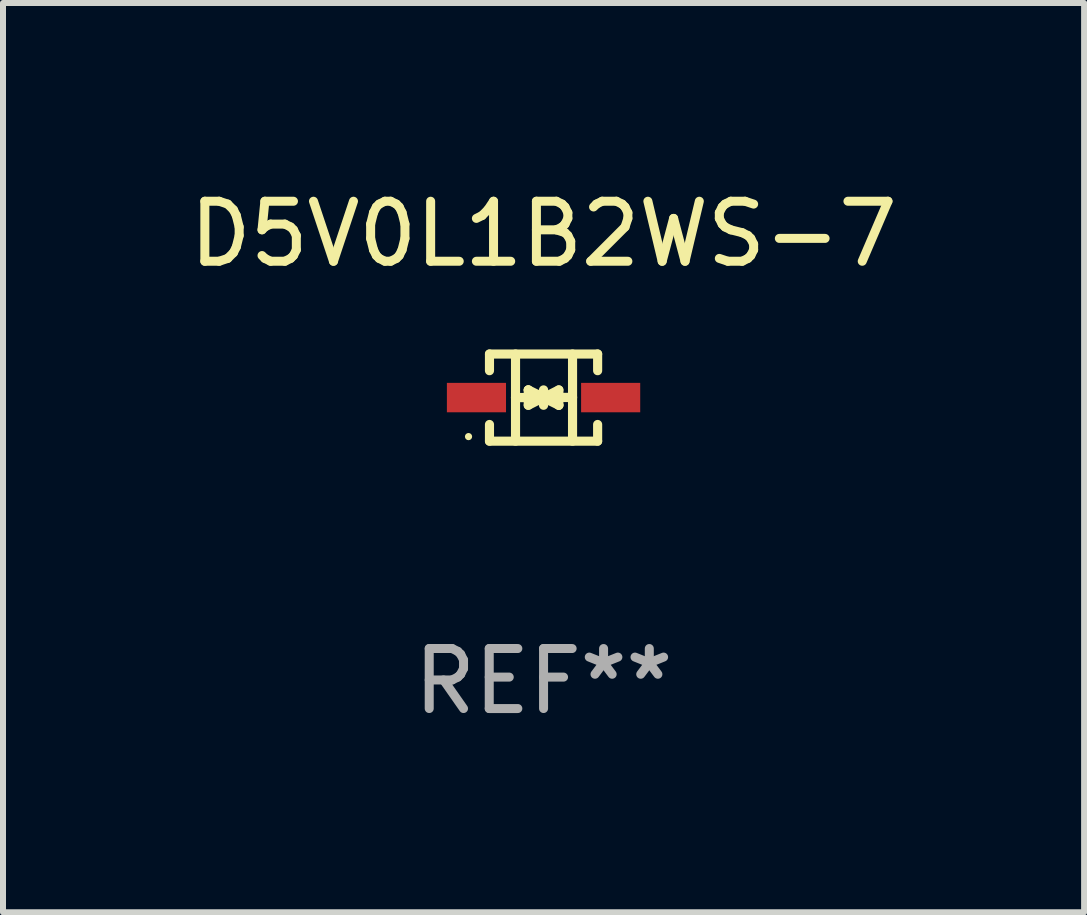
<source format=kicad_pcb>
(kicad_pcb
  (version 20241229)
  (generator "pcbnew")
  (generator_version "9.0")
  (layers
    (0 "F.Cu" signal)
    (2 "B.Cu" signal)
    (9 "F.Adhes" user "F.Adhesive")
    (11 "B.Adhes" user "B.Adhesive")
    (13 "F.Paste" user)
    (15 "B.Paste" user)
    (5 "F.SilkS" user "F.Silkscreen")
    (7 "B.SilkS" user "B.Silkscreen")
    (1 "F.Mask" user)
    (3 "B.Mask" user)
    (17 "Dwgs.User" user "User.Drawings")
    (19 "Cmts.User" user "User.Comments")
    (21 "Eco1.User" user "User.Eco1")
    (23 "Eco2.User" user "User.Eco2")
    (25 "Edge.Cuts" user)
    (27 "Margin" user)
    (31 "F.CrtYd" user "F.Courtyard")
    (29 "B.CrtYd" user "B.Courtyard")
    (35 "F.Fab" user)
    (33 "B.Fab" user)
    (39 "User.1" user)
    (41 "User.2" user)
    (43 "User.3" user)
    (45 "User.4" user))
  (footprint "D5V0L1B2WS-7"
    (layer "F.Cu")
    (at 6.006 3.574)
    (property "Reference" "D5V0L1B2WS-7" (at 0 -2.726 0) (layer "F.SilkS") (effects (font (size 1 1) (thickness 0.15))))
    (attr through_hole)
    (fp_line (start -0.901 -0.726) (end -0.901 -0.448) (stroke (width 0.152) (type solid)) (layer "F.SilkS"))
    (fp_line (start -0.901 0.726) (end -0.901 0.448) (stroke (width 0.152) (type solid)) (layer "F.SilkS"))
    (fp_line (start -0.467 0) (end 0.483 -0.003) (stroke (width 0.154) (type solid)) (layer "F.SilkS"))
    (fp_line (start -0.467 0.726) (end -0.467 -0.726) (stroke (width 0.152) (type solid)) (layer "F.SilkS"))
    (fp_line (start -0.254 -0.127) (end -0.254 -0.127) (stroke (width 0.154) (type solid)) (layer "F.SilkS"))
    (fp_line (start -0.254 -0.127) (end -0.002 -0.003) (stroke (width 0.154) (type solid)) (layer "F.SilkS"))
    (fp_line (start -0.254 0.127) (end -0.254 -0.127) (stroke (width 0.154) (type solid)) (layer "F.SilkS"))
    (fp_line (start -0.127 0) (end 0.003 0) (stroke (width 0.154) (type solid)) (layer "F.SilkS"))
    (fp_line (start -0.003 0) (end -0.254 0.127) (stroke (width 0.154) (type solid)) (layer "F.SilkS"))
    (fp_line (start 0 -0.127) (end 0 0.127) (stroke (width 0.154) (type solid)) (layer "F.SilkS"))
    (fp_line (start 0.003 0) (end 0.254 -0.127) (stroke (width 0.154) (type solid)) (layer "F.SilkS"))
    (fp_line (start 0.127 0) (end -0.003 0) (stroke (width 0.154) (type solid)) (layer "F.SilkS"))
    (fp_line (start 0.254 -0.127) (end 0.254 0.127) (stroke (width 0.154) (type solid)) (layer "F.SilkS"))
    (fp_line (start 0.254 0.127) (end 0.002 0.003) (stroke (width 0.154) (type solid)) (layer "F.SilkS"))
    (fp_line (start 0.254 0.127) (end 0.254 0.127) (stroke (width 0.154) (type solid)) (layer "F.SilkS"))
    (fp_line (start 0.483 0.726) (end 0.483 -0.726) (stroke (width 0.152) (type solid)) (layer "F.SilkS"))
    (fp_line (start 0.901 -0.726) (end -0.901 -0.726) (stroke (width 0.152) (type solid)) (layer "F.SilkS"))
    (fp_line (start 0.901 -0.726) (end 0.901 -0.448) (stroke (width 0.152) (type solid)) (layer "F.SilkS"))
    (fp_line (start 0.901 0.726) (end -0.901 0.726) (stroke (width 0.152) (type solid)) (layer "F.SilkS"))
    (fp_line (start 0.901 0.726) (end 0.901 0.448) (stroke (width 0.152) (type solid)) (layer "F.SilkS"))
    (fp_circle (center -1.25 0.65) (end -1.22 0.65) (stroke (width 0.06) (type solid)) (fill no) (layer "F.SilkS"))
    (fp_text user "REF**" (at 0 4.726 0) (layer "F.Fab") (effects (font (size 1 1) (thickness 0.15))))
    (pad "1" smd rect (at -1.118 0) (size 0.985 0.49) (layers "F.Cu" "F.Mask" "F.Paste"))
    (pad "2" smd rect (at 1.118 0) (size 0.985 0.49) (layers "F.Cu" "F.Mask" "F.Paste")))
  (gr_rect
    (start -3 -3)
    (end 15.012 12.149)
    (stroke (width 0.1) (type default))
    (fill no)
    (layer "Edge.Cuts")))
</source>
